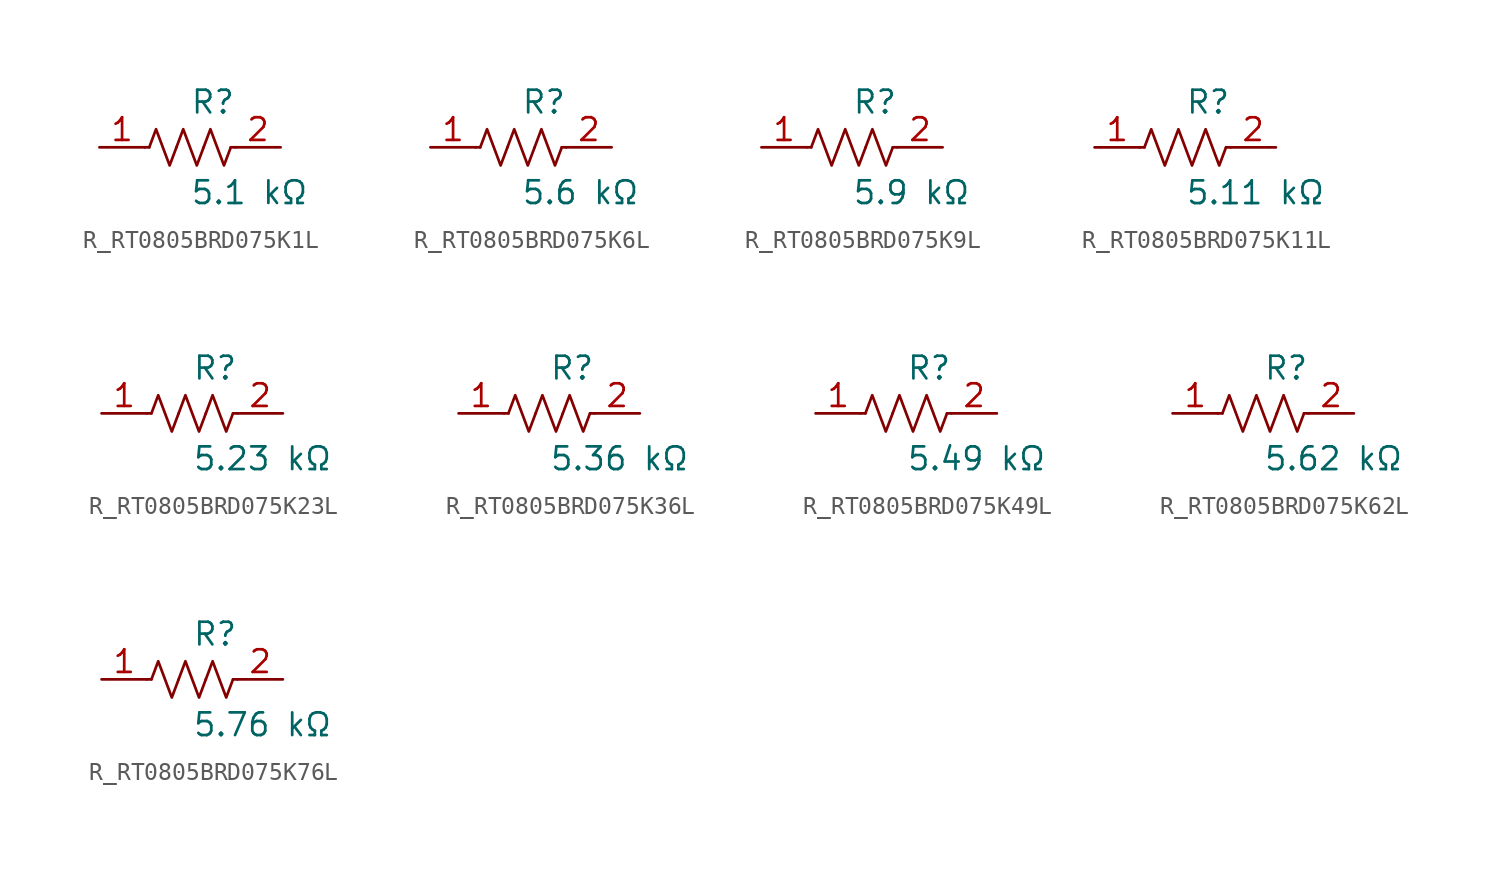
<source format=kicad_sym>
(kicad_symbol_lib
  (version 20231120)
  (generator kicad_symbol_editor)
  (generator_version 8.0)
  (symbol "R_RT0805BRD075K1L"
    (pin_names
      (offset 0.254))
    (property "Reference" "R"
      (at 0.0 2.54 0)
      (effects (font (size 1.27 1.27)) (justify left)))
    (property "Value" "5.1 kΩ"
      (at 0.0 -2.54 0)
      (effects (font (size 1.27 1.27)) (justify left)))
    (symbol "R_RT0805BRD075K1L_0_1"
      (polyline (pts (xy 2.286 0) (xy 2.54 0)) (stroke (width 0) (type default)) (fill (type none)))
      (polyline (pts (xy -2.286 0) (xy -2.54 0)) (stroke (width 0) (type default)) (fill (type none)))
      (polyline (pts (xy 0.762 0) (xy 1.143 1.016) (xy 1.524 0) (xy 1.905 -1.016) (xy 2.286 0)) (stroke (width 0) (type default)) (fill (type none)))
      (polyline (pts (xy -0.762 0) (xy -0.381 1.016) (xy 0 0) (xy 0.381 -1.016) (xy 0.762 0)) (stroke (width 0) (type default)) (fill (type none)))
      (polyline (pts (xy -2.286 0) (xy -1.905 1.016) (xy -1.524 0) (xy -1.143 -1.016) (xy -0.762 0)) (stroke (width 0) (type default)) (fill (type none))))
    (pin unspecified line
      (at -5.08 0 0)
      (length 2.54)
      (name "" (effects (font (size 1.27 1.27))))
      (number "1" (effects (font (size 1.27 1.27)))))
    (pin unspecified line
      (at 5.08 0 180)
      (length 2.54)
      (name "" (effects (font (size 1.27 1.27))))
      (number "2" (effects (font (size 1.27 1.27))))))
  (symbol "R_RT0805BRD075K6L"
    (pin_names
      (offset 0.254))
    (property "Reference" "R"
      (at 0.0 2.54 0)
      (effects (font (size 1.27 1.27)) (justify left)))
    (property "Value" "5.6 kΩ"
      (at 0.0 -2.54 0)
      (effects (font (size 1.27 1.27)) (justify left)))
    (symbol "R_RT0805BRD075K6L_0_1"
      (polyline (pts (xy 2.286 0) (xy 2.54 0)) (stroke (width 0) (type default)) (fill (type none)))
      (polyline (pts (xy -2.286 0) (xy -2.54 0)) (stroke (width 0) (type default)) (fill (type none)))
      (polyline (pts (xy 0.762 0) (xy 1.143 1.016) (xy 1.524 0) (xy 1.905 -1.016) (xy 2.286 0)) (stroke (width 0) (type default)) (fill (type none)))
      (polyline (pts (xy -0.762 0) (xy -0.381 1.016) (xy 0 0) (xy 0.381 -1.016) (xy 0.762 0)) (stroke (width 0) (type default)) (fill (type none)))
      (polyline (pts (xy -2.286 0) (xy -1.905 1.016) (xy -1.524 0) (xy -1.143 -1.016) (xy -0.762 0)) (stroke (width 0) (type default)) (fill (type none))))
    (pin unspecified line
      (at -5.08 0 0)
      (length 2.54)
      (name "" (effects (font (size 1.27 1.27))))
      (number "1" (effects (font (size 1.27 1.27)))))
    (pin unspecified line
      (at 5.08 0 180)
      (length 2.54)
      (name "" (effects (font (size 1.27 1.27))))
      (number "2" (effects (font (size 1.27 1.27))))))
  (symbol "R_RT0805BRD075K9L"
    (pin_names
      (offset 0.254))
    (property "Reference" "R"
      (at 0.0 2.54 0)
      (effects (font (size 1.27 1.27)) (justify left)))
    (property "Value" "5.9 kΩ"
      (at 0.0 -2.54 0)
      (effects (font (size 1.27 1.27)) (justify left)))
    (symbol "R_RT0805BRD075K9L_0_1"
      (polyline (pts (xy 2.286 0) (xy 2.54 0)) (stroke (width 0) (type default)) (fill (type none)))
      (polyline (pts (xy -2.286 0) (xy -2.54 0)) (stroke (width 0) (type default)) (fill (type none)))
      (polyline (pts (xy 0.762 0) (xy 1.143 1.016) (xy 1.524 0) (xy 1.905 -1.016) (xy 2.286 0)) (stroke (width 0) (type default)) (fill (type none)))
      (polyline (pts (xy -0.762 0) (xy -0.381 1.016) (xy 0 0) (xy 0.381 -1.016) (xy 0.762 0)) (stroke (width 0) (type default)) (fill (type none)))
      (polyline (pts (xy -2.286 0) (xy -1.905 1.016) (xy -1.524 0) (xy -1.143 -1.016) (xy -0.762 0)) (stroke (width 0) (type default)) (fill (type none))))
    (pin unspecified line
      (at -5.08 0 0)
      (length 2.54)
      (name "" (effects (font (size 1.27 1.27))))
      (number "1" (effects (font (size 1.27 1.27)))))
    (pin unspecified line
      (at 5.08 0 180)
      (length 2.54)
      (name "" (effects (font (size 1.27 1.27))))
      (number "2" (effects (font (size 1.27 1.27))))))
  (symbol "R_RT0805BRD075K11L"
    (pin_names
      (offset 0.254))
    (property "Reference" "R"
      (at 0.0 2.54 0)
      (effects (font (size 1.27 1.27)) (justify left)))
    (property "Value" "5.11 kΩ"
      (at 0.0 -2.54 0)
      (effects (font (size 1.27 1.27)) (justify left)))
    (symbol "R_RT0805BRD075K11L_0_1"
      (polyline (pts (xy 2.286 0) (xy 2.54 0)) (stroke (width 0) (type default)) (fill (type none)))
      (polyline (pts (xy -2.286 0) (xy -2.54 0)) (stroke (width 0) (type default)) (fill (type none)))
      (polyline (pts (xy 0.762 0) (xy 1.143 1.016) (xy 1.524 0) (xy 1.905 -1.016) (xy 2.286 0)) (stroke (width 0) (type default)) (fill (type none)))
      (polyline (pts (xy -0.762 0) (xy -0.381 1.016) (xy 0 0) (xy 0.381 -1.016) (xy 0.762 0)) (stroke (width 0) (type default)) (fill (type none)))
      (polyline (pts (xy -2.286 0) (xy -1.905 1.016) (xy -1.524 0) (xy -1.143 -1.016) (xy -0.762 0)) (stroke (width 0) (type default)) (fill (type none))))
    (pin unspecified line
      (at -5.08 0 0)
      (length 2.54)
      (name "" (effects (font (size 1.27 1.27))))
      (number "1" (effects (font (size 1.27 1.27)))))
    (pin unspecified line
      (at 5.08 0 180)
      (length 2.54)
      (name "" (effects (font (size 1.27 1.27))))
      (number "2" (effects (font (size 1.27 1.27))))))
  (symbol "R_RT0805BRD075K23L"
    (pin_names
      (offset 0.254))
    (property "Reference" "R"
      (at 0.0 2.54 0)
      (effects (font (size 1.27 1.27)) (justify left)))
    (property "Value" "5.23 kΩ"
      (at 0.0 -2.54 0)
      (effects (font (size 1.27 1.27)) (justify left)))
    (symbol "R_RT0805BRD075K23L_0_1"
      (polyline (pts (xy 2.286 0) (xy 2.54 0)) (stroke (width 0) (type default)) (fill (type none)))
      (polyline (pts (xy -2.286 0) (xy -2.54 0)) (stroke (width 0) (type default)) (fill (type none)))
      (polyline (pts (xy 0.762 0) (xy 1.143 1.016) (xy 1.524 0) (xy 1.905 -1.016) (xy 2.286 0)) (stroke (width 0) (type default)) (fill (type none)))
      (polyline (pts (xy -0.762 0) (xy -0.381 1.016) (xy 0 0) (xy 0.381 -1.016) (xy 0.762 0)) (stroke (width 0) (type default)) (fill (type none)))
      (polyline (pts (xy -2.286 0) (xy -1.905 1.016) (xy -1.524 0) (xy -1.143 -1.016) (xy -0.762 0)) (stroke (width 0) (type default)) (fill (type none))))
    (pin unspecified line
      (at -5.08 0 0)
      (length 2.54)
      (name "" (effects (font (size 1.27 1.27))))
      (number "1" (effects (font (size 1.27 1.27)))))
    (pin unspecified line
      (at 5.08 0 180)
      (length 2.54)
      (name "" (effects (font (size 1.27 1.27))))
      (number "2" (effects (font (size 1.27 1.27))))))
  (symbol "R_RT0805BRD075K36L"
    (pin_names
      (offset 0.254))
    (property "Reference" "R"
      (at 0.0 2.54 0)
      (effects (font (size 1.27 1.27)) (justify left)))
    (property "Value" "5.36 kΩ"
      (at 0.0 -2.54 0)
      (effects (font (size 1.27 1.27)) (justify left)))
    (symbol "R_RT0805BRD075K36L_0_1"
      (polyline (pts (xy 2.286 0) (xy 2.54 0)) (stroke (width 0) (type default)) (fill (type none)))
      (polyline (pts (xy -2.286 0) (xy -2.54 0)) (stroke (width 0) (type default)) (fill (type none)))
      (polyline (pts (xy 0.762 0) (xy 1.143 1.016) (xy 1.524 0) (xy 1.905 -1.016) (xy 2.286 0)) (stroke (width 0) (type default)) (fill (type none)))
      (polyline (pts (xy -0.762 0) (xy -0.381 1.016) (xy 0 0) (xy 0.381 -1.016) (xy 0.762 0)) (stroke (width 0) (type default)) (fill (type none)))
      (polyline (pts (xy -2.286 0) (xy -1.905 1.016) (xy -1.524 0) (xy -1.143 -1.016) (xy -0.762 0)) (stroke (width 0) (type default)) (fill (type none))))
    (pin unspecified line
      (at -5.08 0 0)
      (length 2.54)
      (name "" (effects (font (size 1.27 1.27))))
      (number "1" (effects (font (size 1.27 1.27)))))
    (pin unspecified line
      (at 5.08 0 180)
      (length 2.54)
      (name "" (effects (font (size 1.27 1.27))))
      (number "2" (effects (font (size 1.27 1.27))))))
  (symbol "R_RT0805BRD075K49L"
    (pin_names
      (offset 0.254))
    (property "Reference" "R"
      (at 0.0 2.54 0)
      (effects (font (size 1.27 1.27)) (justify left)))
    (property "Value" "5.49 kΩ"
      (at 0.0 -2.54 0)
      (effects (font (size 1.27 1.27)) (justify left)))
    (symbol "R_RT0805BRD075K49L_0_1"
      (polyline (pts (xy 2.286 0) (xy 2.54 0)) (stroke (width 0) (type default)) (fill (type none)))
      (polyline (pts (xy -2.286 0) (xy -2.54 0)) (stroke (width 0) (type default)) (fill (type none)))
      (polyline (pts (xy 0.762 0) (xy 1.143 1.016) (xy 1.524 0) (xy 1.905 -1.016) (xy 2.286 0)) (stroke (width 0) (type default)) (fill (type none)))
      (polyline (pts (xy -0.762 0) (xy -0.381 1.016) (xy 0 0) (xy 0.381 -1.016) (xy 0.762 0)) (stroke (width 0) (type default)) (fill (type none)))
      (polyline (pts (xy -2.286 0) (xy -1.905 1.016) (xy -1.524 0) (xy -1.143 -1.016) (xy -0.762 0)) (stroke (width 0) (type default)) (fill (type none))))
    (pin unspecified line
      (at -5.08 0 0)
      (length 2.54)
      (name "" (effects (font (size 1.27 1.27))))
      (number "1" (effects (font (size 1.27 1.27)))))
    (pin unspecified line
      (at 5.08 0 180)
      (length 2.54)
      (name "" (effects (font (size 1.27 1.27))))
      (number "2" (effects (font (size 1.27 1.27))))))
  (symbol "R_RT0805BRD075K62L"
    (pin_names
      (offset 0.254))
    (property "Reference" "R"
      (at 0.0 2.54 0)
      (effects (font (size 1.27 1.27)) (justify left)))
    (property "Value" "5.62 kΩ"
      (at 0.0 -2.54 0)
      (effects (font (size 1.27 1.27)) (justify left)))
    (symbol "R_RT0805BRD075K62L_0_1"
      (polyline (pts (xy 2.286 0) (xy 2.54 0)) (stroke (width 0) (type default)) (fill (type none)))
      (polyline (pts (xy -2.286 0) (xy -2.54 0)) (stroke (width 0) (type default)) (fill (type none)))
      (polyline (pts (xy 0.762 0) (xy 1.143 1.016) (xy 1.524 0) (xy 1.905 -1.016) (xy 2.286 0)) (stroke (width 0) (type default)) (fill (type none)))
      (polyline (pts (xy -0.762 0) (xy -0.381 1.016) (xy 0 0) (xy 0.381 -1.016) (xy 0.762 0)) (stroke (width 0) (type default)) (fill (type none)))
      (polyline (pts (xy -2.286 0) (xy -1.905 1.016) (xy -1.524 0) (xy -1.143 -1.016) (xy -0.762 0)) (stroke (width 0) (type default)) (fill (type none))))
    (pin unspecified line
      (at -5.08 0 0)
      (length 2.54)
      (name "" (effects (font (size 1.27 1.27))))
      (number "1" (effects (font (size 1.27 1.27)))))
    (pin unspecified line
      (at 5.08 0 180)
      (length 2.54)
      (name "" (effects (font (size 1.27 1.27))))
      (number "2" (effects (font (size 1.27 1.27))))))
  (symbol "R_RT0805BRD075K76L"
    (pin_names
      (offset 0.254))
    (property "Reference" "R"
      (at 0.0 2.54 0)
      (effects (font (size 1.27 1.27)) (justify left)))
    (property "Value" "5.76 kΩ"
      (at 0.0 -2.54 0)
      (effects (font (size 1.27 1.27)) (justify left)))
    (symbol "R_RT0805BRD075K76L_0_1"
      (polyline (pts (xy 2.286 0) (xy 2.54 0)) (stroke (width 0) (type default)) (fill (type none)))
      (polyline (pts (xy -2.286 0) (xy -2.54 0)) (stroke (width 0) (type default)) (fill (type none)))
      (polyline (pts (xy 0.762 0) (xy 1.143 1.016) (xy 1.524 0) (xy 1.905 -1.016) (xy 2.286 0)) (stroke (width 0) (type default)) (fill (type none)))
      (polyline (pts (xy -0.762 0) (xy -0.381 1.016) (xy 0 0) (xy 0.381 -1.016) (xy 0.762 0)) (stroke (width 0) (type default)) (fill (type none)))
      (polyline (pts (xy -2.286 0) (xy -1.905 1.016) (xy -1.524 0) (xy -1.143 -1.016) (xy -0.762 0)) (stroke (width 0) (type default)) (fill (type none))))
    (pin unspecified line
      (at -5.08 0 0)
      (length 2.54)
      (name "" (effects (font (size 1.27 1.27))))
      (number "1" (effects (font (size 1.27 1.27)))))
    (pin unspecified line
      (at 5.08 0 180)
      (length 2.54)
      (name "" (effects (font (size 1.27 1.27))))
      (number "2" (effects (font (size 1.27 1.27)))))))
</source>
